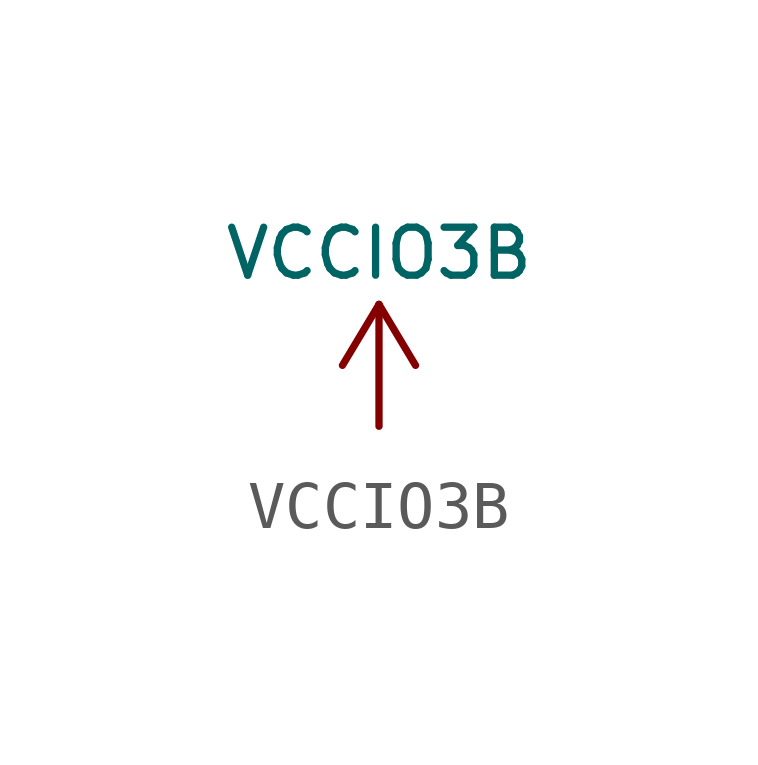
<source format=kicad_sym>
(kicad_symbol_lib
  (version 20241209)
  (generator "kicad_symbol_editor")
  (generator_version "9.0")
  (symbol "VCCIO3B"
    (power)
    (pin_names
      (offset 0))
    (property "Reference" "#PWR?"
      (at 0 -3.81 0)
      (effects (font (size 1.27 1.27)) (hide yes)))
    (property "Value" "VCCIO3B"
      (at 0 3.605 0)
      (effects (font (size 1 1))))
    (symbol "VCCIO3B_0_1"
      (polyline (pts (xy -0.762 1.27) (xy 0 2.54)) (stroke (width 0) (type default)) (fill (type none)))
      (polyline (pts (xy 0 2.54) (xy 0.762 1.27)) (stroke (width 0) (type default)) (fill (type none)))
      (polyline (pts (xy 0 0) (xy 0 2.54)) (stroke (width 0) (type default)) (fill (type none))))
    (symbol "VCCIO3B_1_1"
      (pin power_in line (at 0 0 90) (length 0) (hide yes) (name "VCCIO3B" (effects (font (size 1.27 1.27)))) (number "1" (effects (font (size 1.27 1.27))))))))
</source>
